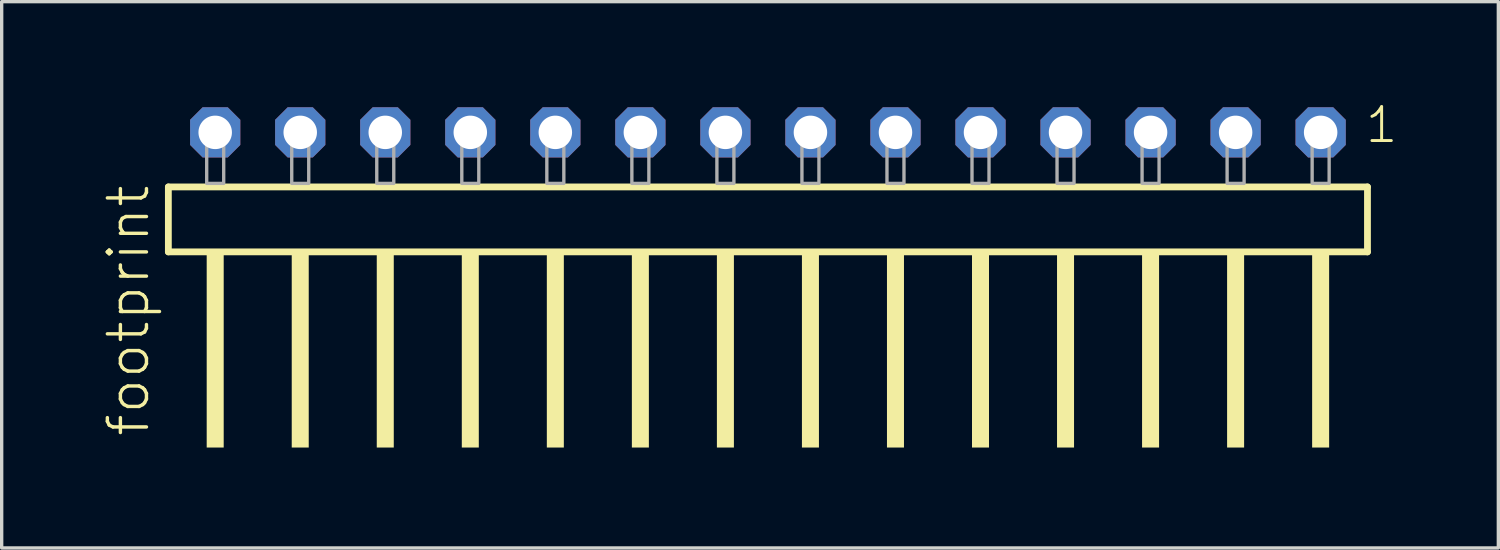
<source format=kicad_pcb>
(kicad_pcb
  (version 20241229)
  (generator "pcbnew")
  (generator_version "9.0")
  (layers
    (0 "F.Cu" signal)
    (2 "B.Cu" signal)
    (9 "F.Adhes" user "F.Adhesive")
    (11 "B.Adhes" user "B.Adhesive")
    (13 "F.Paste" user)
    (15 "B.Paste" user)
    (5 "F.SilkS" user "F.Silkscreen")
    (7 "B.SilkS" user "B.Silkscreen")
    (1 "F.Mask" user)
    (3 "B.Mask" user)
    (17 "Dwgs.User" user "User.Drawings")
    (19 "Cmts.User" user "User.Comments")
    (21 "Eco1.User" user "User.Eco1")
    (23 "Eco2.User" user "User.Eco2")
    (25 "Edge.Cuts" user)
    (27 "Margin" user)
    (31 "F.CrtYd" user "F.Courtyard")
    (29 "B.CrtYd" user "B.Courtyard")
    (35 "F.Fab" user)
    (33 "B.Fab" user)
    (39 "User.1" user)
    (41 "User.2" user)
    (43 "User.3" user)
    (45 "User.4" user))
  (footprint "footprint"
    (layer "F.Cu")
    (at 19.888 2.428)
    (property "Reference" "footprint" (at -18.415 7.62 90) (layer "F.SilkS") (effects (font (size 1.168 1.168) (thickness 0.102)) (justify left bottom)))
    (fp_line (start -17.909 0.106) (end -17.909 2.046) (stroke (width 0.203) (type solid)) (layer "F.SilkS"))
    (fp_line (start -17.909 2.046) (end 17.909 2.046) (stroke (width 0.203) (type solid)) (layer "F.SilkS"))
    (fp_line (start 17.909 0.106) (end -17.909 0.106) (stroke (width 0.203) (type solid)) (layer "F.SilkS"))
    (fp_line (start 17.909 2.046) (end 17.909 0.106) (stroke (width 0.203) (type solid)) (layer "F.SilkS"))
    (fp_poly (pts (xy -16.764 7.89) (xy -16.256 7.89) (xy -16.256 2.04) (xy -16.764 2.04)) (stroke (width 0) (type solid)) (fill yes) (layer "F.SilkS"))
    (fp_poly (pts (xy -14.224 7.89) (xy -13.716 7.89) (xy -13.716 2.04) (xy -14.224 2.04)) (stroke (width 0) (type solid)) (fill yes) (layer "F.SilkS"))
    (fp_poly (pts (xy -11.684 7.89) (xy -11.176 7.89) (xy -11.176 2.04) (xy -11.684 2.04)) (stroke (width 0) (type solid)) (fill yes) (layer "F.SilkS"))
    (fp_poly (pts (xy -9.144 7.89) (xy -8.636 7.89) (xy -8.636 2.04) (xy -9.144 2.04)) (stroke (width 0) (type solid)) (fill yes) (layer "F.SilkS"))
    (fp_poly (pts (xy -6.604 7.89) (xy -6.096 7.89) (xy -6.096 2.04) (xy -6.604 2.04)) (stroke (width 0) (type solid)) (fill yes) (layer "F.SilkS"))
    (fp_poly (pts (xy -4.064 7.89) (xy -3.556 7.89) (xy -3.556 2.04) (xy -4.064 2.04)) (stroke (width 0) (type solid)) (fill yes) (layer "F.SilkS"))
    (fp_poly (pts (xy -1.524 7.89) (xy -1.016 7.89) (xy -1.016 2.04) (xy -1.524 2.04)) (stroke (width 0) (type solid)) (fill yes) (layer "F.SilkS"))
    (fp_poly (pts (xy 1.016 7.89) (xy 1.524 7.89) (xy 1.524 2.04) (xy 1.016 2.04)) (stroke (width 0) (type solid)) (fill yes) (layer "F.SilkS"))
    (fp_poly (pts (xy 3.556 7.89) (xy 4.064 7.89) (xy 4.064 2.04) (xy 3.556 2.04)) (stroke (width 0) (type solid)) (fill yes) (layer "F.SilkS"))
    (fp_poly (pts (xy 6.096 7.89) (xy 6.604 7.89) (xy 6.604 2.04) (xy 6.096 2.04)) (stroke (width 0) (type solid)) (fill yes) (layer "F.SilkS"))
    (fp_poly (pts (xy 8.636 7.89) (xy 9.144 7.89) (xy 9.144 2.04) (xy 8.636 2.04)) (stroke (width 0) (type solid)) (fill yes) (layer "F.SilkS"))
    (fp_poly (pts (xy 11.176 7.89) (xy 11.684 7.89) (xy 11.684 2.04) (xy 11.176 2.04)) (stroke (width 0) (type solid)) (fill yes) (layer "F.SilkS"))
    (fp_poly (pts (xy 13.716 7.89) (xy 14.224 7.89) (xy 14.224 2.04) (xy 13.716 2.04)) (stroke (width 0) (type solid)) (fill yes) (layer "F.SilkS"))
    (fp_poly (pts (xy 16.256 7.89) (xy 16.764 7.89) (xy 16.764 2.04) (xy 16.256 2.04)) (stroke (width 0) (type solid)) (fill yes) (layer "F.SilkS"))
    (fp_poly (pts (xy -16.764 0) (xy -16.256 0) (xy -16.256 -1.778) (xy -16.764 -1.778)) (stroke (width 0.1) (type solid)) (fill no) (layer "F.Fab"))
    (fp_poly (pts (xy -14.224 0) (xy -13.716 0) (xy -13.716 -1.778) (xy -14.224 -1.778)) (stroke (width 0.1) (type solid)) (fill no) (layer "F.Fab"))
    (fp_poly (pts (xy -11.684 0) (xy -11.176 0) (xy -11.176 -1.778) (xy -11.684 -1.778)) (stroke (width 0.1) (type solid)) (fill no) (layer "F.Fab"))
    (fp_poly (pts (xy -9.144 0) (xy -8.636 0) (xy -8.636 -1.778) (xy -9.144 -1.778)) (stroke (width 0.1) (type solid)) (fill no) (layer "F.Fab"))
    (fp_poly (pts (xy -6.604 0) (xy -6.096 0) (xy -6.096 -1.778) (xy -6.604 -1.778)) (stroke (width 0.1) (type solid)) (fill no) (layer "F.Fab"))
    (fp_poly (pts (xy -4.064 0) (xy -3.556 0) (xy -3.556 -1.778) (xy -4.064 -1.778)) (stroke (width 0.1) (type solid)) (fill no) (layer "F.Fab"))
    (fp_poly (pts (xy -1.524 0) (xy -1.016 0) (xy -1.016 -1.778) (xy -1.524 -1.778)) (stroke (width 0.1) (type solid)) (fill no) (layer "F.Fab"))
    (fp_poly (pts (xy 1.016 0) (xy 1.524 0) (xy 1.524 -1.778) (xy 1.016 -1.778)) (stroke (width 0.1) (type solid)) (fill no) (layer "F.Fab"))
    (fp_poly (pts (xy 3.556 0) (xy 4.064 0) (xy 4.064 -1.778) (xy 3.556 -1.778)) (stroke (width 0.1) (type solid)) (fill no) (layer "F.Fab"))
    (fp_poly (pts (xy 6.096 0) (xy 6.604 0) (xy 6.604 -1.778) (xy 6.096 -1.778)) (stroke (width 0.1) (type solid)) (fill no) (layer "F.Fab"))
    (fp_poly (pts (xy 8.636 0) (xy 9.144 0) (xy 9.144 -1.778) (xy 8.636 -1.778)) (stroke (width 0.1) (type solid)) (fill no) (layer "F.Fab"))
    (fp_poly (pts (xy 11.176 0) (xy 11.684 0) (xy 11.684 -1.778) (xy 11.176 -1.778)) (stroke (width 0.1) (type solid)) (fill no) (layer "F.Fab"))
    (fp_poly (pts (xy 13.716 0) (xy 14.224 0) (xy 14.224 -1.778) (xy 13.716 -1.778)) (stroke (width 0.1) (type solid)) (fill no) (layer "F.Fab"))
    (fp_poly (pts (xy 16.256 0) (xy 16.764 0) (xy 16.764 -1.778) (xy 16.256 -1.778)) (stroke (width 0.1) (type solid)) (fill no) (layer "F.Fab"))
    (fp_text user "1" (at 17.792 -1.152 0) (layer "F.SilkS") (effects (font (size 1.012 1.012) (thickness 0.088)) (justify left bottom)))
    (pad "1" thru_hole roundrect (at 16.51 -1.524 180) (size 1.5 1.5) (drill 1) (layers "*.Cu" "*.Mask") (roundrect_rratio 0.25) (chamfer_ratio 0.25) (chamfer top_left top_right bottom_left bottom_right))
    (pad "2" thru_hole roundrect (at 13.97 -1.524 180) (size 1.5 1.5) (drill 1) (layers "*.Cu" "*.Mask") (roundrect_rratio 0.25) (chamfer_ratio 0.25) (chamfer top_left top_right bottom_left bottom_right))
    (pad "3" thru_hole roundrect (at 11.43 -1.524 180) (size 1.5 1.5) (drill 1) (layers "*.Cu" "*.Mask") (roundrect_rratio 0.25) (chamfer_ratio 0.25) (chamfer top_left top_right bottom_left bottom_right))
    (pad "4" thru_hole roundrect (at 8.89 -1.524 180) (size 1.5 1.5) (drill 1) (layers "*.Cu" "*.Mask") (roundrect_rratio 0.25) (chamfer_ratio 0.25) (chamfer top_left top_right bottom_left bottom_right))
    (pad "5" thru_hole roundrect (at 6.35 -1.524 180) (size 1.5 1.5) (drill 1) (layers "*.Cu" "*.Mask") (roundrect_rratio 0.25) (chamfer_ratio 0.25) (chamfer top_left top_right bottom_left bottom_right))
    (pad "6" thru_hole roundrect (at 3.81 -1.524 180) (size 1.5 1.5) (drill 1) (layers "*.Cu" "*.Mask") (roundrect_rratio 0.25) (chamfer_ratio 0.25) (chamfer top_left top_right bottom_left bottom_right))
    (pad "7" thru_hole roundrect (at 1.27 -1.524 180) (size 1.5 1.5) (drill 1) (layers "*.Cu" "*.Mask") (roundrect_rratio 0.25) (chamfer_ratio 0.25) (chamfer top_left top_right bottom_left bottom_right))
    (pad "8" thru_hole roundrect (at -1.27 -1.524 180) (size 1.5 1.5) (drill 1) (layers "*.Cu" "*.Mask") (roundrect_rratio 0.25) (chamfer_ratio 0.25) (chamfer top_left top_right bottom_left bottom_right))
    (pad "9" thru_hole roundrect (at -3.81 -1.524 180) (size 1.5 1.5) (drill 1) (layers "*.Cu" "*.Mask") (roundrect_rratio 0.25) (chamfer_ratio 0.25) (chamfer top_left top_right bottom_left bottom_right))
    (pad "10" thru_hole roundrect (at -6.35 -1.524 180) (size 1.5 1.5) (drill 1) (layers "*.Cu" "*.Mask") (roundrect_rratio 0.25) (chamfer_ratio 0.25) (chamfer top_left top_right bottom_left bottom_right))
    (pad "11" thru_hole roundrect (at -8.89 -1.524 180) (size 1.5 1.5) (drill 1) (layers "*.Cu" "*.Mask") (roundrect_rratio 0.25) (chamfer_ratio 0.25) (chamfer top_left top_right bottom_left bottom_right))
    (pad "12" thru_hole roundrect (at -11.43 -1.524 180) (size 1.5 1.5) (drill 1) (layers "*.Cu" "*.Mask") (roundrect_rratio 0.25) (chamfer_ratio 0.25) (chamfer top_left top_right bottom_left bottom_right))
    (pad "13" thru_hole roundrect (at -13.97 -1.524 180) (size 1.5 1.5) (drill 1) (layers "*.Cu" "*.Mask") (roundrect_rratio 0.25) (chamfer_ratio 0.25) (chamfer top_left top_right bottom_left bottom_right))
    (pad "14" thru_hole roundrect (at -16.51 -1.524 180) (size 1.5 1.5) (drill 1) (layers "*.Cu" "*.Mask") (roundrect_rratio 0.25) (chamfer_ratio 0.25) (chamfer top_left top_right bottom_left bottom_right)))
  (gr_rect
    (start -3 -3)
    (end 41.706 13.318)
    (stroke (width 0.1) (type default))
    (fill no)
    (layer "Edge.Cuts")))
</source>
